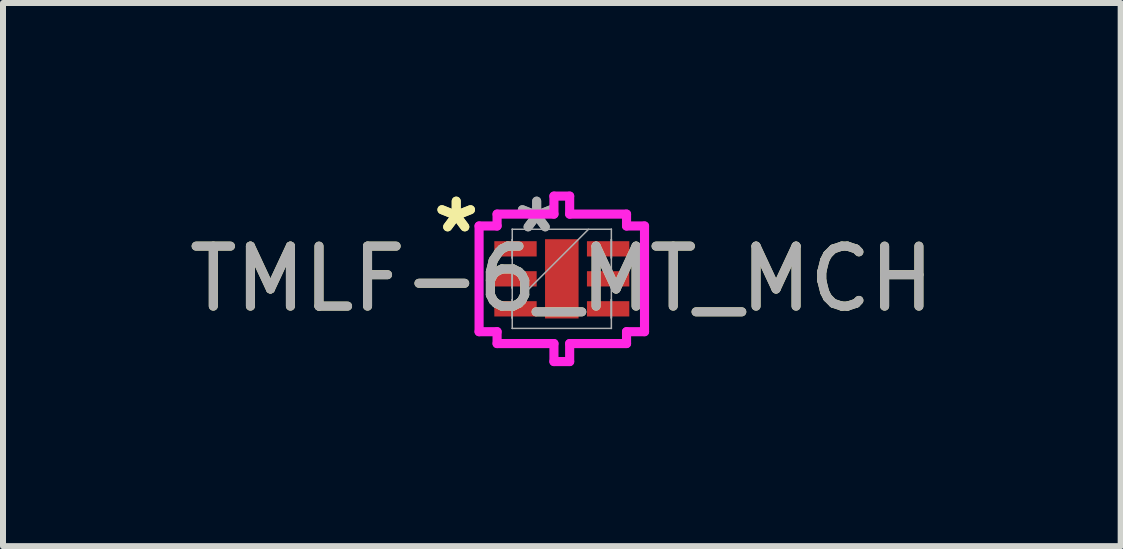
<source format=kicad_pcb>
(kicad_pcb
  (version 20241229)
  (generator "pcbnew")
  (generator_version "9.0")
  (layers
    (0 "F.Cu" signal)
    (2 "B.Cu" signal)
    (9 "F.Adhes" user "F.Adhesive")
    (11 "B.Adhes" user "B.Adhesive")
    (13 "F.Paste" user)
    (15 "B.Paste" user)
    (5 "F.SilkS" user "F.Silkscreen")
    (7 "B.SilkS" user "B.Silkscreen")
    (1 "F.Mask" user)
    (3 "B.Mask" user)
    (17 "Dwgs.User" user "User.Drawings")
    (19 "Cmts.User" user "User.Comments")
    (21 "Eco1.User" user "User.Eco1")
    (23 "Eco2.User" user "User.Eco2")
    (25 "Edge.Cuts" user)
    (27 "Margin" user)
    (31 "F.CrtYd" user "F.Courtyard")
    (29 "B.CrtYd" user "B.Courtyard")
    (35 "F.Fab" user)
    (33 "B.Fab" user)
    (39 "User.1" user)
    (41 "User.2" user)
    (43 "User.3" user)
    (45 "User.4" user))
  (footprint "TMLF-6_MT_MCH"
    (layer "F.Cu")
    (at 6.315 1.598)
    (property "Reference" "TMLF-6_MT_MCH" (at 0 0 0) (unlocked yes) (layer "F.SilkS") (effects (font (size 1 1) (thickness 0.15))))
    (attr smd)
    (fp_line (start -1.379 -0.881) (end -1.079 -0.881) (stroke (width 0.152) (type solid)) (layer "F.CrtYd"))
    (fp_line (start -1.379 0.881) (end -1.379 -0.881) (stroke (width 0.152) (type solid)) (layer "F.CrtYd"))
    (fp_line (start -1.079 -1.079) (end -0.131 -1.079) (stroke (width 0.152) (type solid)) (layer "F.CrtYd"))
    (fp_line (start -1.079 -0.881) (end -1.079 -1.079) (stroke (width 0.152) (type solid)) (layer "F.CrtYd"))
    (fp_line (start -1.079 0.881) (end -1.379 0.881) (stroke (width 0.152) (type solid)) (layer "F.CrtYd"))
    (fp_line (start -1.079 1.079) (end -1.079 0.881) (stroke (width 0.152) (type solid)) (layer "F.CrtYd"))
    (fp_line (start -0.131 -1.379) (end 0.131 -1.379) (stroke (width 0.152) (type solid)) (layer "F.CrtYd"))
    (fp_line (start -0.131 -1.079) (end -0.131 -1.379) (stroke (width 0.152) (type solid)) (layer "F.CrtYd"))
    (fp_line (start -0.131 1.079) (end -1.079 1.079) (stroke (width 0.152) (type solid)) (layer "F.CrtYd"))
    (fp_line (start -0.131 1.379) (end -0.131 1.079) (stroke (width 0.152) (type solid)) (layer "F.CrtYd"))
    (fp_line (start 0.131 -1.379) (end 0.131 -1.079) (stroke (width 0.152) (type solid)) (layer "F.CrtYd"))
    (fp_line (start 0.131 -1.079) (end 1.079 -1.079) (stroke (width 0.152) (type solid)) (layer "F.CrtYd"))
    (fp_line (start 0.131 1.079) (end 0.131 1.379) (stroke (width 0.152) (type solid)) (layer "F.CrtYd"))
    (fp_line (start 0.131 1.379) (end -0.131 1.379) (stroke (width 0.152) (type solid)) (layer "F.CrtYd"))
    (fp_line (start 1.079 -1.079) (end 1.079 -0.881) (stroke (width 0.152) (type solid)) (layer "F.CrtYd"))
    (fp_line (start 1.079 -0.881) (end 1.379 -0.881) (stroke (width 0.152) (type solid)) (layer "F.CrtYd"))
    (fp_line (start 1.079 0.881) (end 1.079 1.079) (stroke (width 0.152) (type solid)) (layer "F.CrtYd"))
    (fp_line (start 1.079 1.079) (end 0.131 1.079) (stroke (width 0.152) (type solid)) (layer "F.CrtYd"))
    (fp_line (start 1.379 -0.881) (end 1.379 0.881) (stroke (width 0.152) (type solid)) (layer "F.CrtYd"))
    (fp_line (start 1.379 0.881) (end 1.079 0.881) (stroke (width 0.152) (type solid)) (layer "F.CrtYd"))
    (fp_line (start -0.826 -0.826) (end -0.826 -0.826) (stroke (width 0.025) (type solid)) (layer "F.Fab"))
    (fp_line (start -0.826 -0.826) (end -0.826 0.826) (stroke (width 0.025) (type solid)) (layer "F.Fab"))
    (fp_line (start -0.826 -0.652) (end -0.826 -0.652) (stroke (width 0.025) (type solid)) (layer "F.Fab"))
    (fp_line (start -0.826 -0.652) (end -0.826 -0.348) (stroke (width 0.025) (type solid)) (layer "F.Fab"))
    (fp_line (start -0.826 -0.348) (end -0.826 -0.652) (stroke (width 0.025) (type solid)) (layer "F.Fab"))
    (fp_line (start -0.826 -0.348) (end -0.826 -0.348) (stroke (width 0.025) (type solid)) (layer "F.Fab"))
    (fp_line (start -0.826 -0.152) (end -0.826 -0.152) (stroke (width 0.025) (type solid)) (layer "F.Fab"))
    (fp_line (start -0.826 -0.152) (end -0.826 0.152) (stroke (width 0.025) (type solid)) (layer "F.Fab"))
    (fp_line (start -0.826 0.152) (end -0.826 -0.152) (stroke (width 0.025) (type solid)) (layer "F.Fab"))
    (fp_line (start -0.826 0.152) (end -0.826 0.152) (stroke (width 0.025) (type solid)) (layer "F.Fab"))
    (fp_line (start -0.826 0.348) (end -0.826 0.348) (stroke (width 0.025) (type solid)) (layer "F.Fab"))
    (fp_line (start -0.826 0.348) (end -0.826 0.652) (stroke (width 0.025) (type solid)) (layer "F.Fab"))
    (fp_line (start -0.826 0.445) (end 0.445 -0.826) (stroke (width 0.025) (type solid)) (layer "F.Fab"))
    (fp_line (start -0.826 0.652) (end -0.826 0.348) (stroke (width 0.025) (type solid)) (layer "F.Fab"))
    (fp_line (start -0.826 0.652) (end -0.826 0.652) (stroke (width 0.025) (type solid)) (layer "F.Fab"))
    (fp_line (start -0.826 0.826) (end -0.826 0.826) (stroke (width 0.025) (type solid)) (layer "F.Fab"))
    (fp_line (start -0.826 0.826) (end 0.826 0.826) (stroke (width 0.025) (type solid)) (layer "F.Fab"))
    (fp_line (start 0.826 -0.826) (end -0.826 -0.826) (stroke (width 0.025) (type solid)) (layer "F.Fab"))
    (fp_line (start 0.826 -0.826) (end 0.826 -0.826) (stroke (width 0.025) (type solid)) (layer "F.Fab"))
    (fp_line (start 0.826 -0.652) (end 0.826 -0.652) (stroke (width 0.025) (type solid)) (layer "F.Fab"))
    (fp_line (start 0.826 -0.652) (end 0.826 -0.348) (stroke (width 0.025) (type solid)) (layer "F.Fab"))
    (fp_line (start 0.826 -0.348) (end 0.826 -0.652) (stroke (width 0.025) (type solid)) (layer "F.Fab"))
    (fp_line (start 0.826 -0.348) (end 0.826 -0.348) (stroke (width 0.025) (type solid)) (layer "F.Fab"))
    (fp_line (start 0.826 -0.152) (end 0.826 -0.152) (stroke (width 0.025) (type solid)) (layer "F.Fab"))
    (fp_line (start 0.826 -0.152) (end 0.826 0.152) (stroke (width 0.025) (type solid)) (layer "F.Fab"))
    (fp_line (start 0.826 0.152) (end 0.826 -0.152) (stroke (width 0.025) (type solid)) (layer "F.Fab"))
    (fp_line (start 0.826 0.152) (end 0.826 0.152) (stroke (width 0.025) (type solid)) (layer "F.Fab"))
    (fp_line (start 0.826 0.348) (end 0.826 0.348) (stroke (width 0.025) (type solid)) (layer "F.Fab"))
    (fp_line (start 0.826 0.348) (end 0.826 0.652) (stroke (width 0.025) (type solid)) (layer "F.Fab"))
    (fp_line (start 0.826 0.652) (end 0.826 0.348) (stroke (width 0.025) (type solid)) (layer "F.Fab"))
    (fp_line (start 0.826 0.652) (end 0.826 0.652) (stroke (width 0.025) (type solid)) (layer "F.Fab"))
    (fp_line (start 0.826 0.826) (end 0.826 -0.826) (stroke (width 0.025) (type solid)) (layer "F.Fab"))
    (fp_line (start 0.826 0.826) (end 0.826 0.826) (stroke (width 0.025) (type solid)) (layer "F.Fab"))
    (fp_text user "*" (at -1.76 -0.75 0) (layer "F.SilkS") (effects (font (size 1 1) (thickness 0.15))))
    (fp_text user "*" (at -1.76 -0.75 0) (unlocked yes) (layer "F.SilkS") (effects (font (size 1 1) (thickness 0.15))))
    (fp_text user "*" (at -0.419 -0.75 0) (unlocked yes) (layer "F.Fab") (effects (font (size 1 1) (thickness 0.15))))
    (fp_text user "*" (at -0.419 -0.75 0) (layer "F.Fab") (effects (font (size 1 1) (thickness 0.15))))
    (fp_text user "${REFERENCE}" (at 0 0 0) (unlocked yes) (layer "F.Fab") (effects (font (size 1 1) (thickness 0.15))))
    (pad "1" smd rect (at -0.772 -0.5 90) (size 0.255 0.706) (layers "F.Cu" "F.Mask" "F.Paste"))
    (pad "2" smd rect (at -0.772 0 90) (size 0.255 0.706) (layers "F.Cu" "F.Mask" "F.Paste"))
    (pad "3" smd rect (at -0.772 0.5 90) (size 0.255 0.706) (layers "F.Cu" "F.Mask" "F.Paste"))
    (pad "4" smd rect (at 0.772 0.5 90) (size 0.255 0.706) (layers "F.Cu" "F.Mask" "F.Paste"))
    (pad "5" smd rect (at 0.772 0 90) (size 0.255 0.706) (layers "F.Cu" "F.Mask" "F.Paste"))
    (pad "6" smd rect (at 0.772 -0.5 90) (size 0.255 0.706) (layers "F.Cu" "F.Mask" "F.Paste"))
    (pad "7" smd rect (at 0 0) (size 0.559 1.321) (layers "F.Cu" "F.Mask" "F.Paste")))
  (gr_rect
    (start -3 -3)
    (end 15.631 6.054)
    (stroke (width 0.1) (type default))
    (fill no)
    (layer "Edge.Cuts")))
</source>
